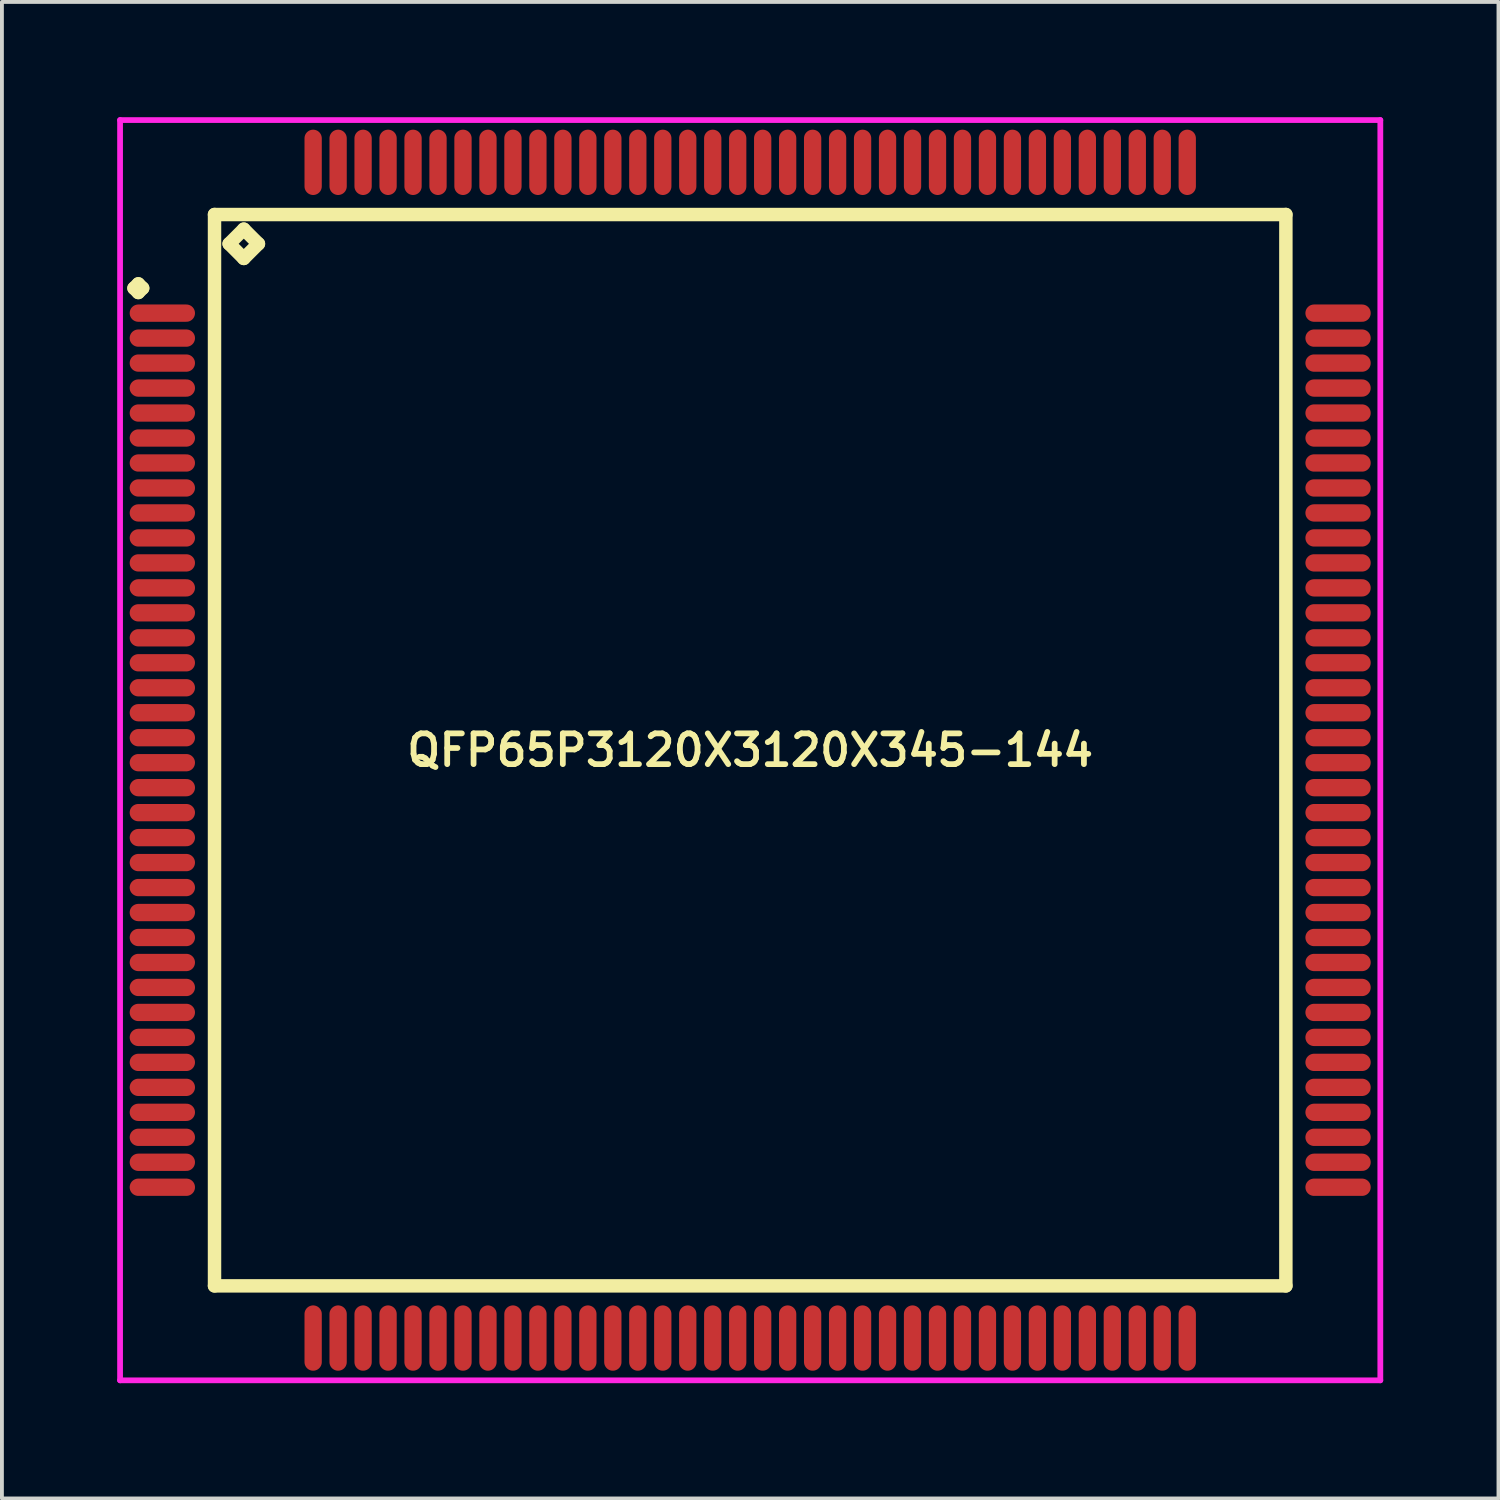
<source format=kicad_pcb>
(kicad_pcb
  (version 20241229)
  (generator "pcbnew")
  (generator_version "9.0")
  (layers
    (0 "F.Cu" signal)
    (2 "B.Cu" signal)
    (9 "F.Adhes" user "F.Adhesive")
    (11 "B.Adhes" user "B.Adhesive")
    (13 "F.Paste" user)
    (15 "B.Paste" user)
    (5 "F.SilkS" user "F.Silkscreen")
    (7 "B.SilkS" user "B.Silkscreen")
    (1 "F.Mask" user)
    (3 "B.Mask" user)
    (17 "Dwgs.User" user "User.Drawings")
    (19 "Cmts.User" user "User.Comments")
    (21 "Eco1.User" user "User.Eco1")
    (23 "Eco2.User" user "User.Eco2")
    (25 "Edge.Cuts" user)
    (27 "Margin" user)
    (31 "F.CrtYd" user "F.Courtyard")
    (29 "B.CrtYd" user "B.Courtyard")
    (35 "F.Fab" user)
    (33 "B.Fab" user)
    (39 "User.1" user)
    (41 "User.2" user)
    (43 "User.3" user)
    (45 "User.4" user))
  (footprint "QFP65P3120X3120X345-144"
    (layer "F.Cu")
    (at 16.475 16.475)
    (property "Reference" "QFP65P3120X3120X345-144" (at 0 0 0) (layer "F.SilkS") (effects (font (size 0.8 0.8) (thickness 0.15))))
    (attr smd)
    (fp_line (start -16.038 -12.025) (end -15.925 -12.137) (stroke (width 0.35) (type solid)) (layer "F.SilkS"))
    (fp_line (start -15.925 -12.137) (end -15.812 -12.025) (stroke (width 0.35) (type solid)) (layer "F.SilkS"))
    (fp_line (start -15.925 -11.912) (end -16.038 -12.025) (stroke (width 0.35) (type solid)) (layer "F.SilkS"))
    (fp_line (start -15.812 -12.025) (end -15.925 -11.912) (stroke (width 0.35) (type solid)) (layer "F.SilkS"))
    (fp_line (start -13.942 -13.942) (end -13.942 13.942) (stroke (width 0.35) (type solid)) (layer "F.SilkS"))
    (fp_line (start -13.942 13.942) (end 13.942 13.942) (stroke (width 0.35) (type solid)) (layer "F.SilkS"))
    (fp_line (start -13.561 -13.18) (end -13.18 -13.561) (stroke (width 0.35) (type solid)) (layer "F.SilkS"))
    (fp_line (start -13.18 -13.561) (end -12.799 -13.18) (stroke (width 0.35) (type solid)) (layer "F.SilkS"))
    (fp_line (start -13.18 -12.799) (end -13.561 -13.18) (stroke (width 0.35) (type solid)) (layer "F.SilkS"))
    (fp_line (start -12.799 -13.18) (end -13.18 -12.799) (stroke (width 0.35) (type solid)) (layer "F.SilkS"))
    (fp_line (start 13.942 -13.942) (end -13.942 -13.942) (stroke (width 0.35) (type solid)) (layer "F.SilkS"))
    (fp_line (start 13.942 13.942) (end 13.942 -13.942) (stroke (width 0.35) (type solid)) (layer "F.SilkS"))
    (fp_line (start -16.4 -16.4) (end 16.4 -16.4) (stroke (width 0.15) (type solid)) (layer "F.CrtYd"))
    (fp_line (start -16.4 16.4) (end -16.4 -16.4) (stroke (width 0.15) (type solid)) (layer "F.CrtYd"))
    (fp_line (start 16.4 -16.4) (end 16.4 16.4) (stroke (width 0.15) (type solid)) (layer "F.CrtYd"))
    (fp_line (start 16.4 16.4) (end -16.4 16.4) (stroke (width 0.15) (type solid)) (layer "F.CrtYd"))
    (pad "1" smd oval (at -15.3 -11.375) (size 1.7 0.45) (layers "F.Cu" "F.Mask" "F.Paste"))
    (pad "2" smd oval (at -15.3 -10.725) (size 1.7 0.45) (layers "F.Cu" "F.Mask" "F.Paste"))
    (pad "3" smd oval (at -15.3 -10.075) (size 1.7 0.45) (layers "F.Cu" "F.Mask" "F.Paste"))
    (pad "4" smd oval (at -15.3 -9.425) (size 1.7 0.45) (layers "F.Cu" "F.Mask" "F.Paste"))
    (pad "5" smd oval (at -15.3 -8.775) (size 1.7 0.45) (layers "F.Cu" "F.Mask" "F.Paste"))
    (pad "6" smd oval (at -15.3 -8.125) (size 1.7 0.45) (layers "F.Cu" "F.Mask" "F.Paste"))
    (pad "7" smd oval (at -15.3 -7.475) (size 1.7 0.45) (layers "F.Cu" "F.Mask" "F.Paste"))
    (pad "8" smd oval (at -15.3 -6.825) (size 1.7 0.45) (layers "F.Cu" "F.Mask" "F.Paste"))
    (pad "9" smd oval (at -15.3 -6.175) (size 1.7 0.45) (layers "F.Cu" "F.Mask" "F.Paste"))
    (pad "10" smd oval (at -15.3 -5.525) (size 1.7 0.45) (layers "F.Cu" "F.Mask" "F.Paste"))
    (pad "11" smd oval (at -15.3 -4.875) (size 1.7 0.45) (layers "F.Cu" "F.Mask" "F.Paste"))
    (pad "12" smd oval (at -15.3 -4.225) (size 1.7 0.45) (layers "F.Cu" "F.Mask" "F.Paste"))
    (pad "13" smd oval (at -15.3 -3.575) (size 1.7 0.45) (layers "F.Cu" "F.Mask" "F.Paste"))
    (pad "14" smd oval (at -15.3 -2.925) (size 1.7 0.45) (layers "F.Cu" "F.Mask" "F.Paste"))
    (pad "15" smd oval (at -15.3 -2.275) (size 1.7 0.45) (layers "F.Cu" "F.Mask" "F.Paste"))
    (pad "16" smd oval (at -15.3 -1.625) (size 1.7 0.45) (layers "F.Cu" "F.Mask" "F.Paste"))
    (pad "17" smd oval (at -15.3 -0.975) (size 1.7 0.45) (layers "F.Cu" "F.Mask" "F.Paste"))
    (pad "18" smd oval (at -15.3 -0.325) (size 1.7 0.45) (layers "F.Cu" "F.Mask" "F.Paste"))
    (pad "19" smd oval (at -15.3 0.325) (size 1.7 0.45) (layers "F.Cu" "F.Mask" "F.Paste"))
    (pad "20" smd oval (at -15.3 0.975) (size 1.7 0.45) (layers "F.Cu" "F.Mask" "F.Paste"))
    (pad "21" smd oval (at -15.3 1.625) (size 1.7 0.45) (layers "F.Cu" "F.Mask" "F.Paste"))
    (pad "22" smd oval (at -15.3 2.275) (size 1.7 0.45) (layers "F.Cu" "F.Mask" "F.Paste"))
    (pad "23" smd oval (at -15.3 2.925) (size 1.7 0.45) (layers "F.Cu" "F.Mask" "F.Paste"))
    (pad "24" smd oval (at -15.3 3.575) (size 1.7 0.45) (layers "F.Cu" "F.Mask" "F.Paste"))
    (pad "25" smd oval (at -15.3 4.225) (size 1.7 0.45) (layers "F.Cu" "F.Mask" "F.Paste"))
    (pad "26" smd oval (at -15.3 4.875) (size 1.7 0.45) (layers "F.Cu" "F.Mask" "F.Paste"))
    (pad "27" smd oval (at -15.3 5.525) (size 1.7 0.45) (layers "F.Cu" "F.Mask" "F.Paste"))
    (pad "28" smd oval (at -15.3 6.175) (size 1.7 0.45) (layers "F.Cu" "F.Mask" "F.Paste"))
    (pad "29" smd oval (at -15.3 6.825) (size 1.7 0.45) (layers "F.Cu" "F.Mask" "F.Paste"))
    (pad "30" smd oval (at -15.3 7.475) (size 1.7 0.45) (layers "F.Cu" "F.Mask" "F.Paste"))
    (pad "31" smd oval (at -15.3 8.125) (size 1.7 0.45) (layers "F.Cu" "F.Mask" "F.Paste"))
    (pad "32" smd oval (at -15.3 8.775) (size 1.7 0.45) (layers "F.Cu" "F.Mask" "F.Paste"))
    (pad "33" smd oval (at -15.3 9.425) (size 1.7 0.45) (layers "F.Cu" "F.Mask" "F.Paste"))
    (pad "34" smd oval (at -15.3 10.075) (size 1.7 0.45) (layers "F.Cu" "F.Mask" "F.Paste"))
    (pad "35" smd oval (at -15.3 10.725) (size 1.7 0.45) (layers "F.Cu" "F.Mask" "F.Paste"))
    (pad "36" smd oval (at -15.3 11.375) (size 1.7 0.45) (layers "F.Cu" "F.Mask" "F.Paste"))
    (pad "37" smd oval (at -11.375 15.3) (size 0.45 1.7) (layers "F.Cu" "F.Mask" "F.Paste"))
    (pad "38" smd oval (at -10.725 15.3) (size 0.45 1.7) (layers "F.Cu" "F.Mask" "F.Paste"))
    (pad "39" smd oval (at -10.075 15.3) (size 0.45 1.7) (layers "F.Cu" "F.Mask" "F.Paste"))
    (pad "40" smd oval (at -9.425 15.3) (size 0.45 1.7) (layers "F.Cu" "F.Mask" "F.Paste"))
    (pad "41" smd oval (at -8.775 15.3) (size 0.45 1.7) (layers "F.Cu" "F.Mask" "F.Paste"))
    (pad "42" smd oval (at -8.125 15.3) (size 0.45 1.7) (layers "F.Cu" "F.Mask" "F.Paste"))
    (pad "43" smd oval (at -7.475 15.3) (size 0.45 1.7) (layers "F.Cu" "F.Mask" "F.Paste"))
    (pad "44" smd oval (at -6.825 15.3) (size 0.45 1.7) (layers "F.Cu" "F.Mask" "F.Paste"))
    (pad "45" smd oval (at -6.175 15.3) (size 0.45 1.7) (layers "F.Cu" "F.Mask" "F.Paste"))
    (pad "46" smd oval (at -5.525 15.3) (size 0.45 1.7) (layers "F.Cu" "F.Mask" "F.Paste"))
    (pad "47" smd oval (at -4.875 15.3) (size 0.45 1.7) (layers "F.Cu" "F.Mask" "F.Paste"))
    (pad "48" smd oval (at -4.225 15.3) (size 0.45 1.7) (layers "F.Cu" "F.Mask" "F.Paste"))
    (pad "49" smd oval (at -3.575 15.3) (size 0.45 1.7) (layers "F.Cu" "F.Mask" "F.Paste"))
    (pad "50" smd oval (at -2.925 15.3) (size 0.45 1.7) (layers "F.Cu" "F.Mask" "F.Paste"))
    (pad "51" smd oval (at -2.275 15.3) (size 0.45 1.7) (layers "F.Cu" "F.Mask" "F.Paste"))
    (pad "52" smd oval (at -1.625 15.3) (size 0.45 1.7) (layers "F.Cu" "F.Mask" "F.Paste"))
    (pad "53" smd oval (at -0.975 15.3) (size 0.45 1.7) (layers "F.Cu" "F.Mask" "F.Paste"))
    (pad "54" smd oval (at -0.325 15.3) (size 0.45 1.7) (layers "F.Cu" "F.Mask" "F.Paste"))
    (pad "55" smd oval (at 0.325 15.3) (size 0.45 1.7) (layers "F.Cu" "F.Mask" "F.Paste"))
    (pad "56" smd oval (at 0.975 15.3) (size 0.45 1.7) (layers "F.Cu" "F.Mask" "F.Paste"))
    (pad "57" smd oval (at 1.625 15.3) (size 0.45 1.7) (layers "F.Cu" "F.Mask" "F.Paste"))
    (pad "58" smd oval (at 2.275 15.3) (size 0.45 1.7) (layers "F.Cu" "F.Mask" "F.Paste"))
    (pad "59" smd oval (at 2.925 15.3) (size 0.45 1.7) (layers "F.Cu" "F.Mask" "F.Paste"))
    (pad "60" smd oval (at 3.575 15.3) (size 0.45 1.7) (layers "F.Cu" "F.Mask" "F.Paste"))
    (pad "61" smd oval (at 4.225 15.3) (size 0.45 1.7) (layers "F.Cu" "F.Mask" "F.Paste"))
    (pad "62" smd oval (at 4.875 15.3) (size 0.45 1.7) (layers "F.Cu" "F.Mask" "F.Paste"))
    (pad "63" smd oval (at 5.525 15.3) (size 0.45 1.7) (layers "F.Cu" "F.Mask" "F.Paste"))
    (pad "64" smd oval (at 6.175 15.3) (size 0.45 1.7) (layers "F.Cu" "F.Mask" "F.Paste"))
    (pad "65" smd oval (at 6.825 15.3) (size 0.45 1.7) (layers "F.Cu" "F.Mask" "F.Paste"))
    (pad "66" smd oval (at 7.475 15.3) (size 0.45 1.7) (layers "F.Cu" "F.Mask" "F.Paste"))
    (pad "67" smd oval (at 8.125 15.3) (size 0.45 1.7) (layers "F.Cu" "F.Mask" "F.Paste"))
    (pad "68" smd oval (at 8.775 15.3) (size 0.45 1.7) (layers "F.Cu" "F.Mask" "F.Paste"))
    (pad "69" smd oval (at 9.425 15.3) (size 0.45 1.7) (layers "F.Cu" "F.Mask" "F.Paste"))
    (pad "70" smd oval (at 10.075 15.3) (size 0.45 1.7) (layers "F.Cu" "F.Mask" "F.Paste"))
    (pad "71" smd oval (at 10.725 15.3) (size 0.45 1.7) (layers "F.Cu" "F.Mask" "F.Paste"))
    (pad "72" smd oval (at 11.375 15.3) (size 0.45 1.7) (layers "F.Cu" "F.Mask" "F.Paste"))
    (pad "73" smd oval (at 15.3 11.375) (size 1.7 0.45) (layers "F.Cu" "F.Mask" "F.Paste"))
    (pad "74" smd oval (at 15.3 10.725) (size 1.7 0.45) (layers "F.Cu" "F.Mask" "F.Paste"))
    (pad "75" smd oval (at 15.3 10.075) (size 1.7 0.45) (layers "F.Cu" "F.Mask" "F.Paste"))
    (pad "76" smd oval (at 15.3 9.425) (size 1.7 0.45) (layers "F.Cu" "F.Mask" "F.Paste"))
    (pad "77" smd oval (at 15.3 8.775) (size 1.7 0.45) (layers "F.Cu" "F.Mask" "F.Paste"))
    (pad "78" smd oval (at 15.3 8.125) (size 1.7 0.45) (layers "F.Cu" "F.Mask" "F.Paste"))
    (pad "79" smd oval (at 15.3 7.475) (size 1.7 0.45) (layers "F.Cu" "F.Mask" "F.Paste"))
    (pad "80" smd oval (at 15.3 6.825) (size 1.7 0.45) (layers "F.Cu" "F.Mask" "F.Paste"))
    (pad "81" smd oval (at 15.3 6.175) (size 1.7 0.45) (layers "F.Cu" "F.Mask" "F.Paste"))
    (pad "82" smd oval (at 15.3 5.525) (size 1.7 0.45) (layers "F.Cu" "F.Mask" "F.Paste"))
    (pad "83" smd oval (at 15.3 4.875) (size 1.7 0.45) (layers "F.Cu" "F.Mask" "F.Paste"))
    (pad "84" smd oval (at 15.3 4.225) (size 1.7 0.45) (layers "F.Cu" "F.Mask" "F.Paste"))
    (pad "85" smd oval (at 15.3 3.575) (size 1.7 0.45) (layers "F.Cu" "F.Mask" "F.Paste"))
    (pad "86" smd oval (at 15.3 2.925) (size 1.7 0.45) (layers "F.Cu" "F.Mask" "F.Paste"))
    (pad "87" smd oval (at 15.3 2.275) (size 1.7 0.45) (layers "F.Cu" "F.Mask" "F.Paste"))
    (pad "88" smd oval (at 15.3 1.625) (size 1.7 0.45) (layers "F.Cu" "F.Mask" "F.Paste"))
    (pad "89" smd oval (at 15.3 0.975) (size 1.7 0.45) (layers "F.Cu" "F.Mask" "F.Paste"))
    (pad "90" smd oval (at 15.3 0.325) (size 1.7 0.45) (layers "F.Cu" "F.Mask" "F.Paste"))
    (pad "91" smd oval (at 15.3 -0.325) (size 1.7 0.45) (layers "F.Cu" "F.Mask" "F.Paste"))
    (pad "92" smd oval (at 15.3 -0.975) (size 1.7 0.45) (layers "F.Cu" "F.Mask" "F.Paste"))
    (pad "93" smd oval (at 15.3 -1.625) (size 1.7 0.45) (layers "F.Cu" "F.Mask" "F.Paste"))
    (pad "94" smd oval (at 15.3 -2.275) (size 1.7 0.45) (layers "F.Cu" "F.Mask" "F.Paste"))
    (pad "95" smd oval (at 15.3 -2.925) (size 1.7 0.45) (layers "F.Cu" "F.Mask" "F.Paste"))
    (pad "96" smd oval (at 15.3 -3.575) (size 1.7 0.45) (layers "F.Cu" "F.Mask" "F.Paste"))
    (pad "97" smd oval (at 15.3 -4.225) (size 1.7 0.45) (layers "F.Cu" "F.Mask" "F.Paste"))
    (pad "98" smd oval (at 15.3 -4.875) (size 1.7 0.45) (layers "F.Cu" "F.Mask" "F.Paste"))
    (pad "99" smd oval (at 15.3 -5.525) (size 1.7 0.45) (layers "F.Cu" "F.Mask" "F.Paste"))
    (pad "100" smd oval (at 15.3 -6.175) (size 1.7 0.45) (layers "F.Cu" "F.Mask" "F.Paste"))
    (pad "101" smd oval (at 15.3 -6.825) (size 1.7 0.45) (layers "F.Cu" "F.Mask" "F.Paste"))
    (pad "102" smd oval (at 15.3 -7.475) (size 1.7 0.45) (layers "F.Cu" "F.Mask" "F.Paste"))
    (pad "103" smd oval (at 15.3 -8.125) (size 1.7 0.45) (layers "F.Cu" "F.Mask" "F.Paste"))
    (pad "104" smd oval (at 15.3 -8.775) (size 1.7 0.45) (layers "F.Cu" "F.Mask" "F.Paste"))
    (pad "105" smd oval (at 15.3 -9.425) (size 1.7 0.45) (layers "F.Cu" "F.Mask" "F.Paste"))
    (pad "106" smd oval (at 15.3 -10.075) (size 1.7 0.45) (layers "F.Cu" "F.Mask" "F.Paste"))
    (pad "107" smd oval (at 15.3 -10.725) (size 1.7 0.45) (layers "F.Cu" "F.Mask" "F.Paste"))
    (pad "108" smd oval (at 15.3 -11.375) (size 1.7 0.45) (layers "F.Cu" "F.Mask" "F.Paste"))
    (pad "109" smd oval (at 11.375 -15.3) (size 0.45 1.7) (layers "F.Cu" "F.Mask" "F.Paste"))
    (pad "110" smd oval (at 10.725 -15.3) (size 0.45 1.7) (layers "F.Cu" "F.Mask" "F.Paste"))
    (pad "111" smd oval (at 10.075 -15.3) (size 0.45 1.7) (layers "F.Cu" "F.Mask" "F.Paste"))
    (pad "112" smd oval (at 9.425 -15.3) (size 0.45 1.7) (layers "F.Cu" "F.Mask" "F.Paste"))
    (pad "113" smd oval (at 8.775 -15.3) (size 0.45 1.7) (layers "F.Cu" "F.Mask" "F.Paste"))
    (pad "114" smd oval (at 8.125 -15.3) (size 0.45 1.7) (layers "F.Cu" "F.Mask" "F.Paste"))
    (pad "115" smd oval (at 7.475 -15.3) (size 0.45 1.7) (layers "F.Cu" "F.Mask" "F.Paste"))
    (pad "116" smd oval (at 6.825 -15.3) (size 0.45 1.7) (layers "F.Cu" "F.Mask" "F.Paste"))
    (pad "117" smd oval (at 6.175 -15.3) (size 0.45 1.7) (layers "F.Cu" "F.Mask" "F.Paste"))
    (pad "118" smd oval (at 5.525 -15.3) (size 0.45 1.7) (layers "F.Cu" "F.Mask" "F.Paste"))
    (pad "119" smd oval (at 4.875 -15.3) (size 0.45 1.7) (layers "F.Cu" "F.Mask" "F.Paste"))
    (pad "120" smd oval (at 4.225 -15.3) (size 0.45 1.7) (layers "F.Cu" "F.Mask" "F.Paste"))
    (pad "121" smd oval (at 3.575 -15.3) (size 0.45 1.7) (layers "F.Cu" "F.Mask" "F.Paste"))
    (pad "122" smd oval (at 2.925 -15.3) (size 0.45 1.7) (layers "F.Cu" "F.Mask" "F.Paste"))
    (pad "123" smd oval (at 2.275 -15.3) (size 0.45 1.7) (layers "F.Cu" "F.Mask" "F.Paste"))
    (pad "124" smd oval (at 1.625 -15.3) (size 0.45 1.7) (layers "F.Cu" "F.Mask" "F.Paste"))
    (pad "125" smd oval (at 0.975 -15.3) (size 0.45 1.7) (layers "F.Cu" "F.Mask" "F.Paste"))
    (pad "126" smd oval (at 0.325 -15.3) (size 0.45 1.7) (layers "F.Cu" "F.Mask" "F.Paste"))
    (pad "127" smd oval (at -0.325 -15.3) (size 0.45 1.7) (layers "F.Cu" "F.Mask" "F.Paste"))
    (pad "128" smd oval (at -0.975 -15.3) (size 0.45 1.7) (layers "F.Cu" "F.Mask" "F.Paste"))
    (pad "129" smd oval (at -1.625 -15.3) (size 0.45 1.7) (layers "F.Cu" "F.Mask" "F.Paste"))
    (pad "130" smd oval (at -2.275 -15.3) (size 0.45 1.7) (layers "F.Cu" "F.Mask" "F.Paste"))
    (pad "131" smd oval (at -2.925 -15.3) (size 0.45 1.7) (layers "F.Cu" "F.Mask" "F.Paste"))
    (pad "132" smd oval (at -3.575 -15.3) (size 0.45 1.7) (layers "F.Cu" "F.Mask" "F.Paste"))
    (pad "133" smd oval (at -4.225 -15.3) (size 0.45 1.7) (layers "F.Cu" "F.Mask" "F.Paste"))
    (pad "134" smd oval (at -4.875 -15.3) (size 0.45 1.7) (layers "F.Cu" "F.Mask" "F.Paste"))
    (pad "135" smd oval (at -5.525 -15.3) (size 0.45 1.7) (layers "F.Cu" "F.Mask" "F.Paste"))
    (pad "136" smd oval (at -6.175 -15.3) (size 0.45 1.7) (layers "F.Cu" "F.Mask" "F.Paste"))
    (pad "137" smd oval (at -6.825 -15.3) (size 0.45 1.7) (layers "F.Cu" "F.Mask" "F.Paste"))
    (pad "138" smd oval (at -7.475 -15.3) (size 0.45 1.7) (layers "F.Cu" "F.Mask" "F.Paste"))
    (pad "139" smd oval (at -8.125 -15.3) (size 0.45 1.7) (layers "F.Cu" "F.Mask" "F.Paste"))
    (pad "140" smd oval (at -8.775 -15.3) (size 0.45 1.7) (layers "F.Cu" "F.Mask" "F.Paste"))
    (pad "141" smd oval (at -9.425 -15.3) (size 0.45 1.7) (layers "F.Cu" "F.Mask" "F.Paste"))
    (pad "142" smd oval (at -10.075 -15.3) (size 0.45 1.7) (layers "F.Cu" "F.Mask" "F.Paste"))
    (pad "143" smd oval (at -10.725 -15.3) (size 0.45 1.7) (layers "F.Cu" "F.Mask" "F.Paste"))
    (pad "144" smd oval (at -11.375 -15.3) (size 0.45 1.7) (layers "F.Cu" "F.Mask" "F.Paste")))
  (gr_rect
    (start -3 -3)
    (end 35.95 35.95)
    (stroke (width 0.1) (type default))
    (fill no)
    (layer "Edge.Cuts")))
</source>
